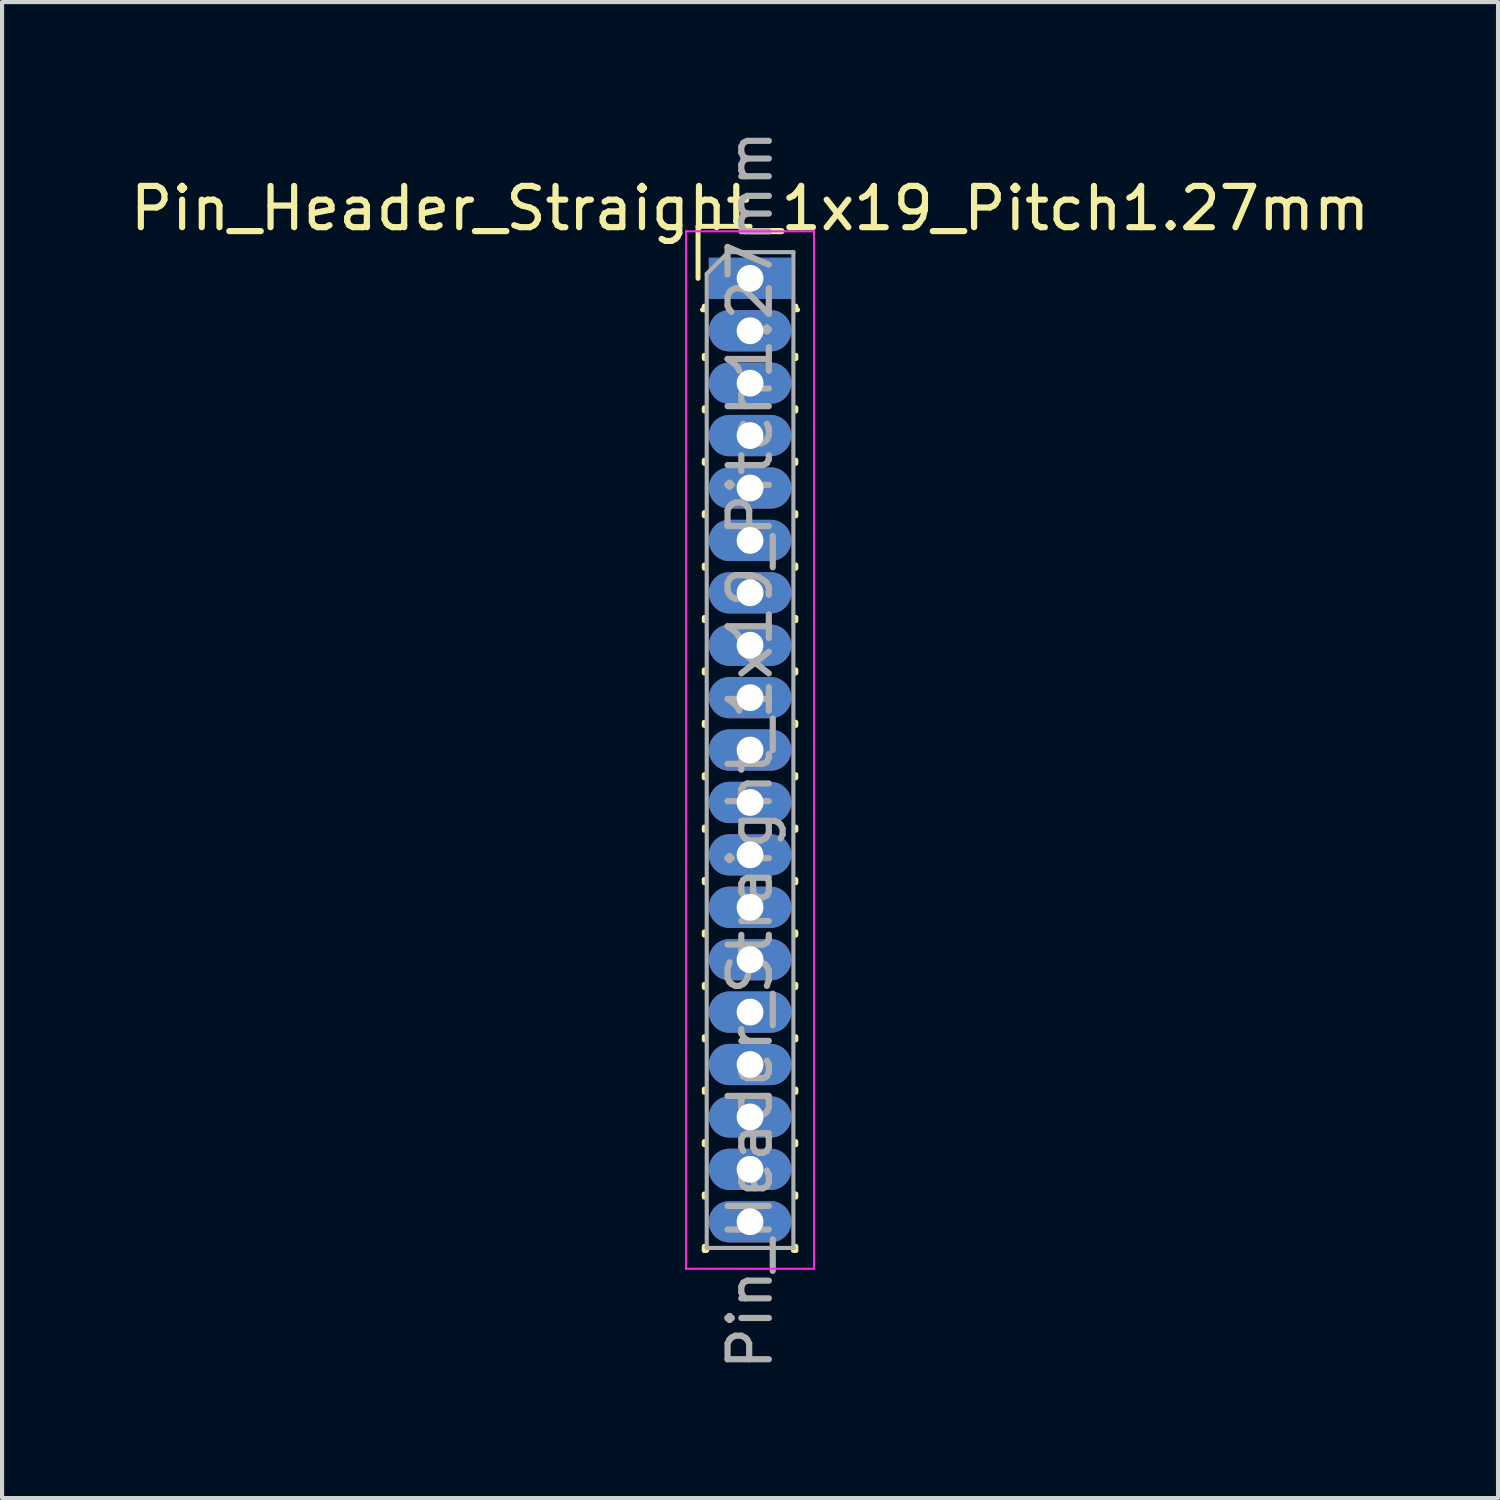
<source format=kicad_pcb>
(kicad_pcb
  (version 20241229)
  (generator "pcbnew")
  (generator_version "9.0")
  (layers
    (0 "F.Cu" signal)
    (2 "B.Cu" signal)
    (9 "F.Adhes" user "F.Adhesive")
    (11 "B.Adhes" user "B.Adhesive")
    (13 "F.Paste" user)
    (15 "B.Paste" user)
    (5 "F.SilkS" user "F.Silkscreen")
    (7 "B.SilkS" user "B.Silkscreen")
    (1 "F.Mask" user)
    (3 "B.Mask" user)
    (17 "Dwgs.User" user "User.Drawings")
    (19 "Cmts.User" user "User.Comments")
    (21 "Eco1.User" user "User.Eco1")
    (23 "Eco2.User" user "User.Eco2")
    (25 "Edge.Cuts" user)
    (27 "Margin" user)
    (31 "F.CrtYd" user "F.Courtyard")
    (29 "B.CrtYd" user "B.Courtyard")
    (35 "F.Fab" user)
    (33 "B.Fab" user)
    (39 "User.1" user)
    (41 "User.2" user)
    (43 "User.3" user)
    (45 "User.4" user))
  (footprint "Pin_Header_Straight_1x19_Pitch1.27mm"
    (layer "F.Cu")
    (at 15.125 3.695)
    (property "Reference" "Pin_Header_Straight_1x19_Pitch1.27mm" (at 0 -1.695 0) (layer "F.SilkS") (effects (font (size 1 1) (thickness 0.15))))
    (attr through_hole)
    (fp_line (start -1.26 -1.26) (end 0 -1.26) (stroke (width 0.12) (type solid)) (layer "F.SilkS"))
    (fp_line (start -1.26 0) (end -1.26 -1.26) (stroke (width 0.12) (type solid)) (layer "F.SilkS"))
    (fp_line (start -1.11 0.76) (end -1.152 0.76) (stroke (width 0.12) (type solid)) (layer "F.SilkS"))
    (fp_line (start -1.11 0.76) (end -1.11 0.674) (stroke (width 0.12) (type solid)) (layer "F.SilkS"))
    (fp_line (start -1.11 1.866) (end -1.11 1.944) (stroke (width 0.12) (type solid)) (layer "F.SilkS"))
    (fp_line (start -1.11 3.136) (end -1.11 3.214) (stroke (width 0.12) (type solid)) (layer "F.SilkS"))
    (fp_line (start -1.11 4.406) (end -1.11 4.484) (stroke (width 0.12) (type solid)) (layer "F.SilkS"))
    (fp_line (start -1.11 5.676) (end -1.11 5.754) (stroke (width 0.12) (type solid)) (layer "F.SilkS"))
    (fp_line (start -1.11 6.946) (end -1.11 7.024) (stroke (width 0.12) (type solid)) (layer "F.SilkS"))
    (fp_line (start -1.11 8.216) (end -1.11 8.294) (stroke (width 0.12) (type solid)) (layer "F.SilkS"))
    (fp_line (start -1.11 9.486) (end -1.11 9.564) (stroke (width 0.12) (type solid)) (layer "F.SilkS"))
    (fp_line (start -1.11 10.756) (end -1.11 10.834) (stroke (width 0.12) (type solid)) (layer "F.SilkS"))
    (fp_line (start -1.11 12.026) (end -1.11 12.104) (stroke (width 0.12) (type solid)) (layer "F.SilkS"))
    (fp_line (start -1.11 13.296) (end -1.11 13.374) (stroke (width 0.12) (type solid)) (layer "F.SilkS"))
    (fp_line (start -1.11 14.566) (end -1.11 14.644) (stroke (width 0.12) (type solid)) (layer "F.SilkS"))
    (fp_line (start -1.11 15.836) (end -1.11 15.914) (stroke (width 0.12) (type solid)) (layer "F.SilkS"))
    (fp_line (start -1.11 17.106) (end -1.11 17.184) (stroke (width 0.12) (type solid)) (layer "F.SilkS"))
    (fp_line (start -1.11 18.376) (end -1.11 18.454) (stroke (width 0.12) (type solid)) (layer "F.SilkS"))
    (fp_line (start -1.11 19.646) (end -1.11 19.724) (stroke (width 0.12) (type solid)) (layer "F.SilkS"))
    (fp_line (start -1.11 20.916) (end -1.11 20.994) (stroke (width 0.12) (type solid)) (layer "F.SilkS"))
    (fp_line (start -1.11 22.186) (end -1.11 22.264) (stroke (width 0.12) (type solid)) (layer "F.SilkS"))
    (fp_line (start -1.11 23.456) (end -1.11 23.555) (stroke (width 0.12) (type solid)) (layer "F.SilkS"))
    (fp_line (start -1.11 23.555) (end -1.051 23.555) (stroke (width 0.12) (type solid)) (layer "F.SilkS"))
    (fp_line (start 1.051 23.555) (end 1.11 23.555) (stroke (width 0.12) (type solid)) (layer "F.SilkS"))
    (fp_line (start 1.11 0.76) (end 1.11 0.674) (stroke (width 0.12) (type solid)) (layer "F.SilkS"))
    (fp_line (start 1.11 1.866) (end 1.11 1.944) (stroke (width 0.12) (type solid)) (layer "F.SilkS"))
    (fp_line (start 1.11 3.136) (end 1.11 3.214) (stroke (width 0.12) (type solid)) (layer "F.SilkS"))
    (fp_line (start 1.11 4.406) (end 1.11 4.484) (stroke (width 0.12) (type solid)) (layer "F.SilkS"))
    (fp_line (start 1.11 5.676) (end 1.11 5.754) (stroke (width 0.12) (type solid)) (layer "F.SilkS"))
    (fp_line (start 1.11 6.946) (end 1.11 7.024) (stroke (width 0.12) (type solid)) (layer "F.SilkS"))
    (fp_line (start 1.11 8.216) (end 1.11 8.294) (stroke (width 0.12) (type solid)) (layer "F.SilkS"))
    (fp_line (start 1.11 9.486) (end 1.11 9.564) (stroke (width 0.12) (type solid)) (layer "F.SilkS"))
    (fp_line (start 1.11 10.756) (end 1.11 10.834) (stroke (width 0.12) (type solid)) (layer "F.SilkS"))
    (fp_line (start 1.11 12.026) (end 1.11 12.104) (stroke (width 0.12) (type solid)) (layer "F.SilkS"))
    (fp_line (start 1.11 13.296) (end 1.11 13.374) (stroke (width 0.12) (type solid)) (layer "F.SilkS"))
    (fp_line (start 1.11 14.566) (end 1.11 14.644) (stroke (width 0.12) (type solid)) (layer "F.SilkS"))
    (fp_line (start 1.11 15.836) (end 1.11 15.914) (stroke (width 0.12) (type solid)) (layer "F.SilkS"))
    (fp_line (start 1.11 17.106) (end 1.11 17.184) (stroke (width 0.12) (type solid)) (layer "F.SilkS"))
    (fp_line (start 1.11 18.376) (end 1.11 18.454) (stroke (width 0.12) (type solid)) (layer "F.SilkS"))
    (fp_line (start 1.11 19.646) (end 1.11 19.724) (stroke (width 0.12) (type solid)) (layer "F.SilkS"))
    (fp_line (start 1.11 20.916) (end 1.11 20.994) (stroke (width 0.12) (type solid)) (layer "F.SilkS"))
    (fp_line (start 1.11 22.186) (end 1.11 22.264) (stroke (width 0.12) (type solid)) (layer "F.SilkS"))
    (fp_line (start 1.11 23.456) (end 1.11 23.555) (stroke (width 0.12) (type solid)) (layer "F.SilkS"))
    (fp_line (start 1.152 0.76) (end 1.11 0.76) (stroke (width 0.12) (type solid)) (layer "F.SilkS"))
    (fp_line (start -1.55 -1.14) (end -1.55 24) (stroke (width 0.05) (type solid)) (layer "F.CrtYd"))
    (fp_line (start -1.55 24) (end 1.55 24) (stroke (width 0.05) (type solid)) (layer "F.CrtYd"))
    (fp_line (start 1.55 -1.14) (end -1.55 -1.14) (stroke (width 0.05) (type solid)) (layer "F.CrtYd"))
    (fp_line (start 1.55 24) (end 1.55 -1.14) (stroke (width 0.05) (type solid)) (layer "F.CrtYd"))
    (fp_line (start -1.05 -0.11) (end -0.525 -0.635) (stroke (width 0.1) (type solid)) (layer "F.Fab"))
    (fp_line (start -1.05 23.495) (end -1.05 -0.11) (stroke (width 0.1) (type solid)) (layer "F.Fab"))
    (fp_line (start -0.525 -0.635) (end 1.05 -0.635) (stroke (width 0.1) (type solid)) (layer "F.Fab"))
    (fp_line (start 1.05 -0.635) (end 1.05 23.495) (stroke (width 0.1) (type solid)) (layer "F.Fab"))
    (fp_line (start 1.05 23.495) (end -1.05 23.495) (stroke (width 0.1) (type solid)) (layer "F.Fab"))
    (fp_text user "${REFERENCE}" (at 0 11.43 90) (layer "F.Fab") (effects (font (size 1 1) (thickness 0.15))))
    (pad "1" thru_hole rect (at 0 0) (size 2 1) (drill 0.65) (layers "*.Cu" "*.Mask"))
    (pad "2" thru_hole oval (at 0 1.27) (size 2 1) (drill 0.65) (layers "*.Cu" "*.Mask"))
    (pad "3" thru_hole oval (at 0 2.54) (size 2 1) (drill 0.65) (layers "*.Cu" "*.Mask"))
    (pad "4" thru_hole oval (at 0 3.81) (size 2 1) (drill 0.65) (layers "*.Cu" "*.Mask"))
    (pad "5" thru_hole oval (at 0 5.08) (size 2 1) (drill 0.65) (layers "*.Cu" "*.Mask"))
    (pad "6" thru_hole oval (at 0 6.35) (size 2 1) (drill 0.65) (layers "*.Cu" "*.Mask"))
    (pad "7" thru_hole oval (at 0 7.62) (size 2 1) (drill 0.65) (layers "*.Cu" "*.Mask"))
    (pad "8" thru_hole oval (at 0 8.89) (size 2 1) (drill 0.65) (layers "*.Cu" "*.Mask"))
    (pad "9" thru_hole oval (at 0 10.16) (size 2 1) (drill 0.65) (layers "*.Cu" "*.Mask"))
    (pad "10" thru_hole oval (at 0 11.43) (size 2 1) (drill 0.65) (layers "*.Cu" "*.Mask"))
    (pad "11" thru_hole oval (at 0 12.7) (size 2 1) (drill 0.65) (layers "*.Cu" "*.Mask"))
    (pad "12" thru_hole oval (at 0 13.97) (size 2 1) (drill 0.65) (layers "*.Cu" "*.Mask"))
    (pad "13" thru_hole oval (at 0 15.24) (size 2 1) (drill 0.65) (layers "*.Cu" "*.Mask"))
    (pad "14" thru_hole oval (at 0 16.51) (size 2 1) (drill 0.65) (layers "*.Cu" "*.Mask"))
    (pad "15" thru_hole oval (at 0 17.78) (size 2 1) (drill 0.65) (layers "*.Cu" "*.Mask"))
    (pad "16" thru_hole oval (at 0 19.05) (size 2 1) (drill 0.65) (layers "*.Cu" "*.Mask"))
    (pad "17" thru_hole oval (at 0 20.32) (size 2 1) (drill 0.65) (layers "*.Cu" "*.Mask"))
    (pad "18" thru_hole oval (at 0 21.59) (size 2 1) (drill 0.65) (layers "*.Cu" "*.Mask"))
    (pad "19" thru_hole oval (at 0 22.86) (size 2 1) (drill 0.65) (layers "*.Cu" "*.Mask")))
  (gr_rect
    (start -3 -3)
    (end 33.25 33.25)
    (stroke (width 0.1) (type default))
    (fill no)
    (layer "Edge.Cuts")))
</source>
